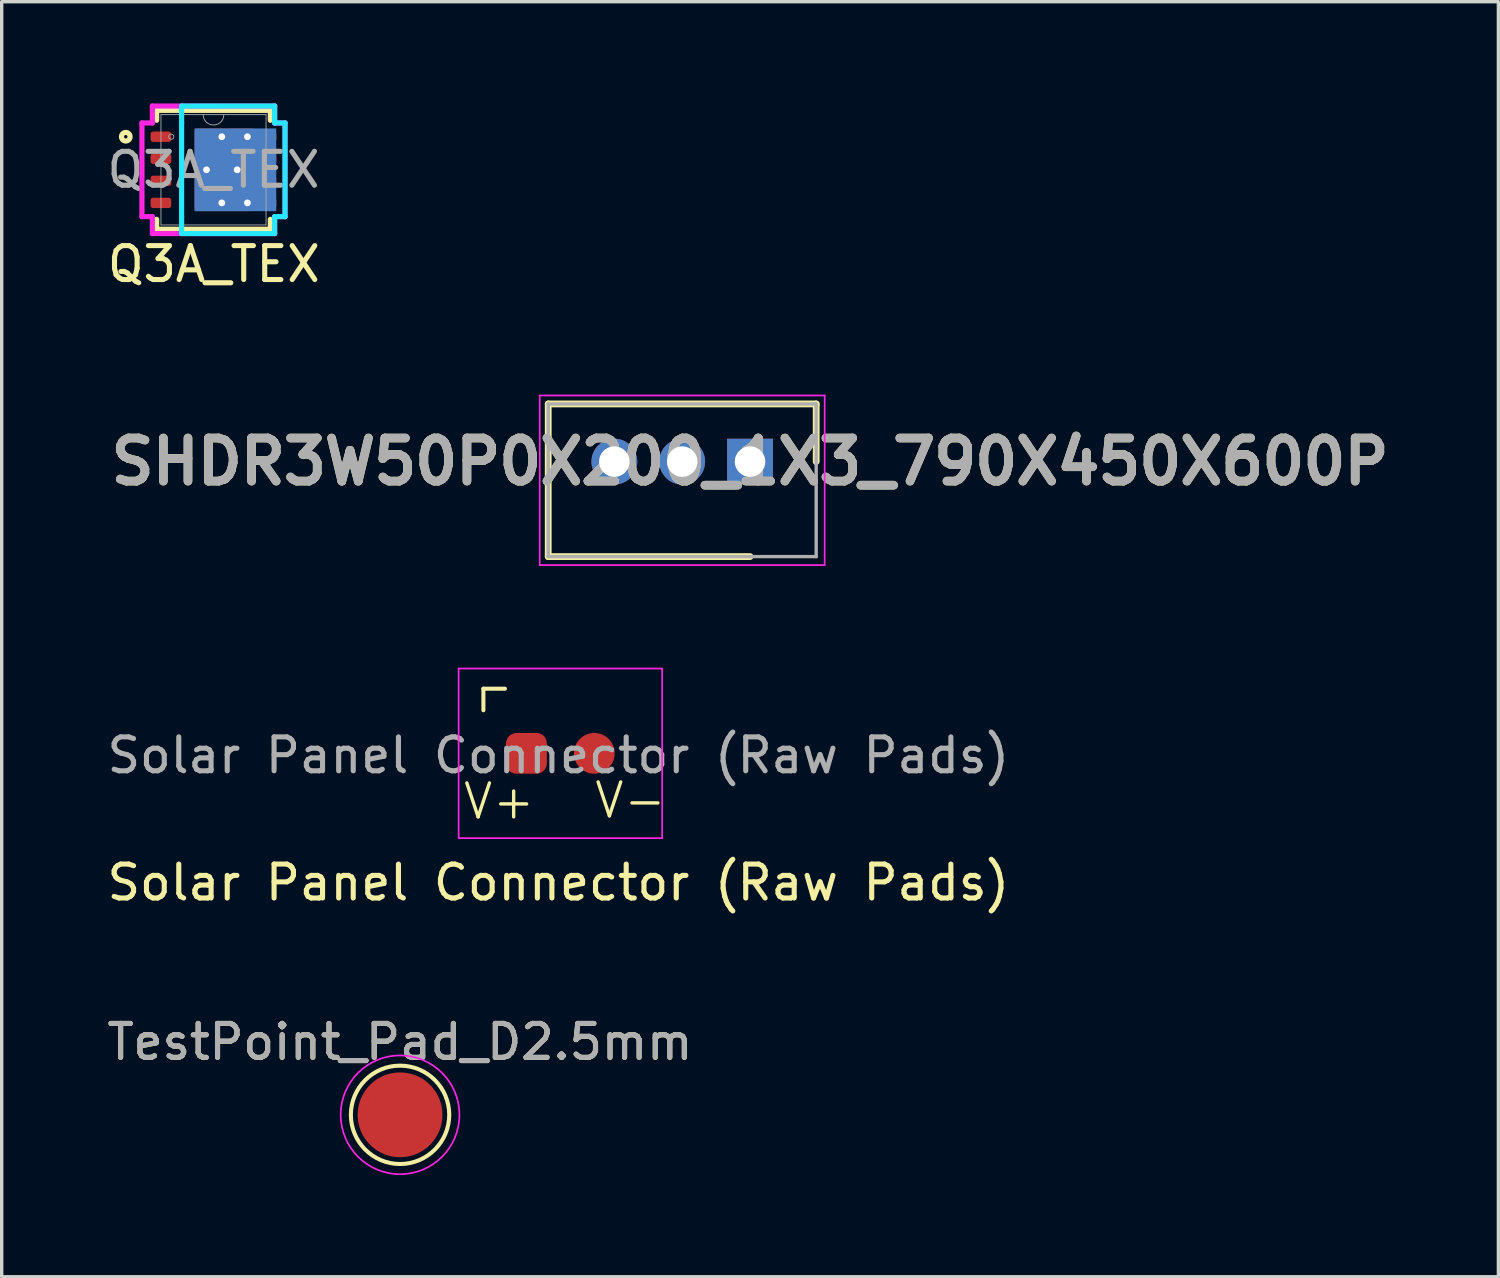
<source format=kicad_pcb>
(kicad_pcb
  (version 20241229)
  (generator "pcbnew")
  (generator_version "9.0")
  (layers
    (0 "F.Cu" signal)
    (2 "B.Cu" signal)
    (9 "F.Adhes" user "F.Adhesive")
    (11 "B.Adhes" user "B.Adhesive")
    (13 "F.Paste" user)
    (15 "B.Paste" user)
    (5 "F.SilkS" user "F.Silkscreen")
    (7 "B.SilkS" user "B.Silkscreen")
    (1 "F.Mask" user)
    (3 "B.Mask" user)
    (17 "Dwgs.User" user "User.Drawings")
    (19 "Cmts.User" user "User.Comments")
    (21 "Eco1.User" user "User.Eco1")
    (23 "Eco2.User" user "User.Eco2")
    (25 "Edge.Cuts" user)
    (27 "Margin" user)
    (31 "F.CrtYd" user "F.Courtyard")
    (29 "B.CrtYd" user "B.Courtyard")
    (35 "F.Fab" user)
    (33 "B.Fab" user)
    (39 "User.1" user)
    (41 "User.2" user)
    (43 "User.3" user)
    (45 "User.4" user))
  (footprint "Q3A_TEX"
    (layer "F.Cu")
    (at 3.244 1.956)
    (property "Reference" "Q3A_TEX" (at 0.01 2.78 0) (unlocked yes) (layer "F.SilkS") (effects (font (size 1 1) (thickness 0.15))))
    (attr smd)
    (fp_poly (pts (xy -0.558 -1.219) (xy 1.22 -1.219) (xy 1.22 -1.127) (xy 1.855 -1.127) (xy 1.855 -0.823) (xy 1.22 -0.823) (xy 1.22 -0.477) (xy 1.855 -0.477) (xy 1.855 -0.173) (xy 1.22 -0.173) (xy 1.22 0.173) (xy 1.855 0.173) (xy 1.855 0.477) (xy 1.22 0.477) (xy 1.22 0.823) (xy 1.855 0.823) (xy 1.855 1.127) (xy 1.22 1.127) (xy 1.22 1.219) (xy -0.558 1.219)) (stroke (width 0) (type solid)) (fill yes) (layer "F.Mask"))
    (fp_line (start -1.676 -1.753) (end -1.676 -1.46) (stroke (width 0.152) (type solid)) (layer "F.SilkS"))
    (fp_line (start -1.676 1.46) (end -1.676 1.753) (stroke (width 0.152) (type solid)) (layer "F.SilkS"))
    (fp_line (start -1.676 1.753) (end 1.676 1.753) (stroke (width 0.152) (type solid)) (layer "F.SilkS"))
    (fp_line (start 1.676 -1.753) (end -1.676 -1.753) (stroke (width 0.152) (type solid)) (layer "F.SilkS"))
    (fp_line (start 1.676 -1.46) (end 1.676 -1.753) (stroke (width 0.152) (type solid)) (layer "F.SilkS"))
    (fp_line (start 1.676 1.753) (end 1.676 1.46) (stroke (width 0.152) (type solid)) (layer "F.SilkS"))
    (fp_circle (center -2.586 -0.975) (end -2.459 -0.975) (stroke (width 0.152) (type solid)) (fill no) (layer "F.SilkS"))
    (fp_poly (pts (xy 0.07 -1.21) (xy -0.47 -1.21) (xy -0.47 -0.17) (xy 0.07 -0.17)) (stroke (width 0) (type default)) (fill yes) (layer "F.Paste"))
    (fp_poly (pts (xy 0.07 0.17) (xy -0.47 0.17) (xy -0.47 1.21) (xy 0.07 1.21)) (stroke (width 0) (type default)) (fill yes) (layer "F.Paste"))
    (fp_poly (pts (xy 0.83 -1.21) (xy 0.42 -1.21) (xy 0.42 -0.17) (xy 0.83 -0.17)) (stroke (width 0) (type default)) (fill yes) (layer "F.Paste"))
    (fp_poly (pts (xy 0.83 0.17) (xy 0.42 0.17) (xy 0.42 1.21) (xy 0.83 1.21)) (stroke (width 0) (type default)) (fill yes) (layer "F.Paste"))
    (fp_line (start -0.94 -1.879) (end 1.803 -1.88) (stroke (width 0.152) (type solid)) (layer "B.CrtYd"))
    (fp_line (start -0.94 -1.381) (end -0.94 -1.879) (stroke (width 0.152) (type solid)) (layer "B.CrtYd"))
    (fp_line (start -0.94 1.381) (end -0.94 -1.381) (stroke (width 0.152) (type solid)) (layer "B.CrtYd"))
    (fp_line (start -0.94 1.879) (end -0.94 1.381) (stroke (width 0.152) (type solid)) (layer "B.CrtYd"))
    (fp_line (start 1.803 -1.88) (end 1.803 -1.381) (stroke (width 0.152) (type solid)) (layer "B.CrtYd"))
    (fp_line (start 1.803 1.381) (end 1.803 1.88) (stroke (width 0.152) (type solid)) (layer "B.CrtYd"))
    (fp_line (start 1.803 1.88) (end -0.94 1.879) (stroke (width 0.152) (type solid)) (layer "B.CrtYd"))
    (fp_line (start 2.109 -1.381) (end 1.803 -1.381) (stroke (width 0.152) (type solid)) (layer "B.CrtYd"))
    (fp_line (start 2.109 -1.381) (end 2.109 1.381) (stroke (width 0.152) (type solid)) (layer "B.CrtYd"))
    (fp_line (start 2.109 1.381) (end 1.803 1.381) (stroke (width 0.152) (type solid)) (layer "B.CrtYd"))
    (fp_line (start -2.109 -1.381) (end -1.803 -1.381) (stroke (width 0.152) (type solid)) (layer "F.CrtYd"))
    (fp_line (start -2.109 1.381) (end -2.109 -1.381) (stroke (width 0.152) (type solid)) (layer "F.CrtYd"))
    (fp_line (start -2.109 1.381) (end -1.803 1.381) (stroke (width 0.152) (type solid)) (layer "F.CrtYd"))
    (fp_line (start -1.803 -1.88) (end 1.803 -1.88) (stroke (width 0.152) (type solid)) (layer "F.CrtYd"))
    (fp_line (start -1.803 -1.381) (end -1.803 -1.88) (stroke (width 0.152) (type solid)) (layer "F.CrtYd"))
    (fp_line (start -1.803 1.88) (end -1.803 1.381) (stroke (width 0.152) (type solid)) (layer "F.CrtYd"))
    (fp_line (start 1.803 -1.88) (end 1.803 -1.381) (stroke (width 0.152) (type solid)) (layer "F.CrtYd"))
    (fp_line (start 1.803 1.381) (end 1.803 1.88) (stroke (width 0.152) (type solid)) (layer "F.CrtYd"))
    (fp_line (start 1.803 1.88) (end -1.803 1.88) (stroke (width 0.152) (type solid)) (layer "F.CrtYd"))
    (fp_line (start 2.109 -1.381) (end 1.803 -1.381) (stroke (width 0.152) (type solid)) (layer "F.CrtYd"))
    (fp_line (start 2.109 -1.381) (end 2.109 1.381) (stroke (width 0.152) (type solid)) (layer "F.CrtYd"))
    (fp_line (start 2.109 1.381) (end 1.803 1.381) (stroke (width 0.152) (type solid)) (layer "F.CrtYd"))
    (fp_line (start -1.549 -1.626) (end -1.549 1.626) (stroke (width 0.025) (type solid)) (layer "F.Fab"))
    (fp_line (start -1.549 1.626) (end 1.549 1.626) (stroke (width 0.025) (type solid)) (layer "F.Fab"))
    (fp_line (start 1.549 -1.626) (end -1.549 -1.626) (stroke (width 0.025) (type solid)) (layer "F.Fab"))
    (fp_line (start 1.549 1.626) (end 1.549 -1.626) (stroke (width 0.025) (type solid)) (layer "F.Fab"))
    (fp_arc (start 0.3048 -1.6256) (mid 0 -1.3208) (end -0.3048 -1.6256) (stroke (width 0.0254) (type solid)) (layer "F.Fab"))
    (fp_circle (center -1.245 -0.975) (end -1.169 -0.975) (stroke (width 0.025) (type solid)) (fill no) (layer "F.Fab"))
    (fp_text user "${REFERENCE}" (at 0 0 0) (unlocked yes) (layer "F.Fab") (effects (font (size 1 1) (thickness 0.15))))
    (pad "1" smd roundrect (at -1.55 -0.975) (size 0.61 0.305) (layers "F.Cu" "F.Mask" "F.Paste") (roundrect_rratio 0.25))
    (pad "1" smd roundrect (at -1.55 -0.325) (size 0.61 0.305) (layers "F.Cu" "F.Mask" "F.Paste") (roundrect_rratio 0.25))
    (pad "1" smd roundrect (at -1.55 0.325) (size 0.61 0.305) (layers "F.Cu" "F.Mask" "F.Paste") (roundrect_rratio 0.25))
    (pad "4" smd roundrect (at -1.55 0.975) (size 0.61 0.305) (layers "F.Cu" "F.Mask" "F.Paste") (roundrect_rratio 0.25))
    (pad "5" thru_hole circle (at -0.207 0) (size 0.35 0.35) (drill 0.2) (property pad_prop_heatsink) (layers "*.Cu" "*.Mask"))
    (pad "5" thru_hole circle (at 0.245 -0.975) (size 0.35 0.35) (drill 0.2) (property pad_prop_heatsink) (layers "*.Cu" "*.Mask"))
    (pad "5" thru_hole circle (at 0.245 0.975) (size 0.35 0.35) (drill 0.2) (property pad_prop_heatsink) (layers "*.Cu" "*.Mask"))
    (pad "5" smd roundrect (at 0.331 0.000004) (size 1.778 2.438) (property pad_prop_heatsink) (layers "F.Cu" "F.Mask") (roundrect_rratio 0.05))
    (pad "5" smd rect (at 0.645 0) (size 2.41 2.44) (property pad_prop_heatsink) (layers "B.Cu"))
    (pad "5" thru_hole circle (at 0.698 0) (size 0.35 0.35) (drill 0.2) (property pad_prop_heatsink) (layers "*.Cu" "*.Mask"))
    (pad "5" thru_hole circle (at 1 -0.975) (size 0.35 0.35) (drill 0.2) (property pad_prop_heatsink) (layers "*.Cu" "*.Mask"))
    (pad "5" thru_hole circle (at 1 0.975) (size 0.35 0.35) (drill 0.2) (property pad_prop_heatsink) (layers "*.Cu" "*.Mask"))
    (pad "5" smd roundrect (at 1.537 -0.325) (size 0.635 0.305) (layers "F.Cu" "F.Mask" "F.Paste") (roundrect_rratio 0) (chamfer_ratio 0.2) (chamfer top_right bottom_right))
    (pad "5" smd roundrect (at 1.537 0.325) (size 0.635 0.305) (layers "F.Cu" "F.Mask" "F.Paste") (roundrect_rratio 0) (chamfer_ratio 0.2) (chamfer top_right bottom_right))
    (pad "5" smd roundrect (at 1.537 0.975) (size 0.635 0.305) (layers "F.Cu" "F.Mask" "F.Paste") (roundrect_rratio 0) (chamfer_ratio 0.2) (chamfer top_right bottom_right))
    (pad "5" smd roundrect (at 1.537 -0.975) (size 0.635 0.305) (layers "F.Cu" "F.Mask" "F.Paste") (roundrect_rratio 0) (chamfer_ratio 0.2) (chamfer top_right bottom_right)))
  (footprint "TestPoint_Pad_D2.5mm"
    (layer "F.Cu")
    (at 8.744 29.816)
    (property "Reference" "TestPoint_Pad_D2.5mm" (at 0 -2.148 0) (layer "F.SilkS") (effects (font (size 1 1) (thickness 0.15))))
    (attr exclude_from_bom)
    (fp_circle (center 0 0) (end 0 1.45) (stroke (width 0.12) (type solid)) (fill no) (layer "F.SilkS"))
    (fp_circle (center 0 0) (end 1.75 0) (stroke (width 0.05) (type solid)) (fill no) (layer "F.CrtYd"))
    (fp_text user "${REFERENCE}" (at 0 -2.15 0) (layer "F.Fab") (effects (font (size 1 1) (thickness 0.15))))
    (pad "1" smd circle (at 0 0) (size 2.5 2.5) (layers "F.Cu" "F.Mask")))
  (footprint "Solar Panel Connector (Raw Pads)"
    (layer "F.Cu")
    (at 13.411 19.219)
    (property "Reference" "Solar Panel Connector (Raw Pads)" (at 0 3.75 0) (layer "F.SilkS") (effects (font (size 1 1) (thickness 0.15))))
    (attr exclude_from_pos_files exclude_from_bom)
    (fp_line (start -2.21 -1.965) (end -1.575 -1.965) (stroke (width 0.12) (type solid)) (layer "F.SilkS"))
    (fp_line (start -2.21 -1.33) (end -2.21 -1.965) (stroke (width 0.12) (type solid)) (layer "F.SilkS"))
    (fp_line (start -2.94 -2.56) (end 3.06 -2.56) (stroke (width 0.05) (type solid)) (layer "F.CrtYd"))
    (fp_line (start -2.94 2.44) (end -2.94 -2.56) (stroke (width 0.05) (type solid)) (layer "F.CrtYd"))
    (fp_line (start 3.06 -2.56) (end 3.06 2.44) (stroke (width 0.05) (type solid)) (layer "F.CrtYd"))
    (fp_line (start 3.06 2.44) (end -2.94 2.44) (stroke (width 0.05) (type solid)) (layer "F.CrtYd"))
    (fp_text user "V-" (at 1.01 1.91 0) (unlocked yes) (layer "F.SilkS") (effects (font (size 1 1) (thickness 0.1)) (justify left bottom)))
    (fp_text user "V+" (at -2.86 1.94 0) (unlocked yes) (layer "F.SilkS") (effects (font (size 1 1) (thickness 0.1)) (justify left bottom)))
    (fp_text user "${REFERENCE}" (at 0 0 0) (layer "F.Fab") (effects (font (size 1 1) (thickness 0.15))))
    (pad "1" connect roundrect (at -0.94 -0.06 270) (size 1.2 1.2) (layers "F.Cu" "F.Mask") (roundrect_rratio 0.25))
    (pad "2" connect circle (at 1.06 -0.06 270) (size 1.2 1.2) (layers "F.Cu" "F.Mask")))
  (footprint "SHDR3W50P0X200_1X3_790X450X600P"
    (layer "F.Cu")
    (at 19.062 10.559)
    (property "Reference" "SHDR3W50P0X200_1X3_790X450X600P" (at 0 0 0) (layer "F.SilkS") (effects (font (size 1.27 1.27) (thickness 0.254))))
    (attr through_hole)
    (fp_line (start -5.95 -1.7) (end 1.95 -1.7) (stroke (width 0.2) (type solid)) (layer "F.SilkS"))
    (fp_line (start -5.95 2.8) (end -5.95 -1.7) (stroke (width 0.2) (type solid)) (layer "F.SilkS"))
    (fp_line (start 0 2.8) (end -5.95 2.8) (stroke (width 0.2) (type solid)) (layer "F.SilkS"))
    (fp_line (start 1.95 -1.7) (end 1.95 0) (stroke (width 0.2) (type solid)) (layer "F.SilkS"))
    (fp_line (start -6.2 -1.95) (end 2.2 -1.95) (stroke (width 0.05) (type solid)) (layer "F.CrtYd"))
    (fp_line (start -6.2 3.05) (end -6.2 -1.95) (stroke (width 0.05) (type solid)) (layer "F.CrtYd"))
    (fp_line (start 2.2 -1.95) (end 2.2 3.05) (stroke (width 0.05) (type solid)) (layer "F.CrtYd"))
    (fp_line (start 2.2 3.05) (end -6.2 3.05) (stroke (width 0.05) (type solid)) (layer "F.CrtYd"))
    (fp_line (start -5.95 -1.7) (end 1.95 -1.7) (stroke (width 0.1) (type solid)) (layer "F.Fab"))
    (fp_line (start -5.95 2.8) (end -5.95 -1.7) (stroke (width 0.1) (type solid)) (layer "F.Fab"))
    (fp_line (start 1.95 -1.7) (end 1.95 2.8) (stroke (width 0.1) (type solid)) (layer "F.Fab"))
    (fp_line (start 1.95 2.8) (end -5.95 2.8) (stroke (width 0.1) (type solid)) (layer "F.Fab"))
    (fp_text user "${REFERENCE}" (at 0 0 0) (layer "F.Fab") (effects (font (size 1.27 1.27) (thickness 0.254))))
    (pad "1" thru_hole rect (at 0 0) (size 1.35 1.35) (drill 0.9) (layers "*.Cu" "*.Mask"))
    (pad "2" thru_hole circle (at -2 0) (size 1.35 1.35) (drill 0.9) (layers "*.Cu" "*.Mask"))
    (pad "3" thru_hole circle (at -4 0) (size 1.35 1.35) (drill 0.9) (layers "*.Cu" "*.Mask")))
  (gr_rect
    (start -3 -3)
    (end 41.124 34.591)
    (stroke (width 0.1) (type default))
    (fill no)
    (layer "Edge.Cuts")))
</source>
